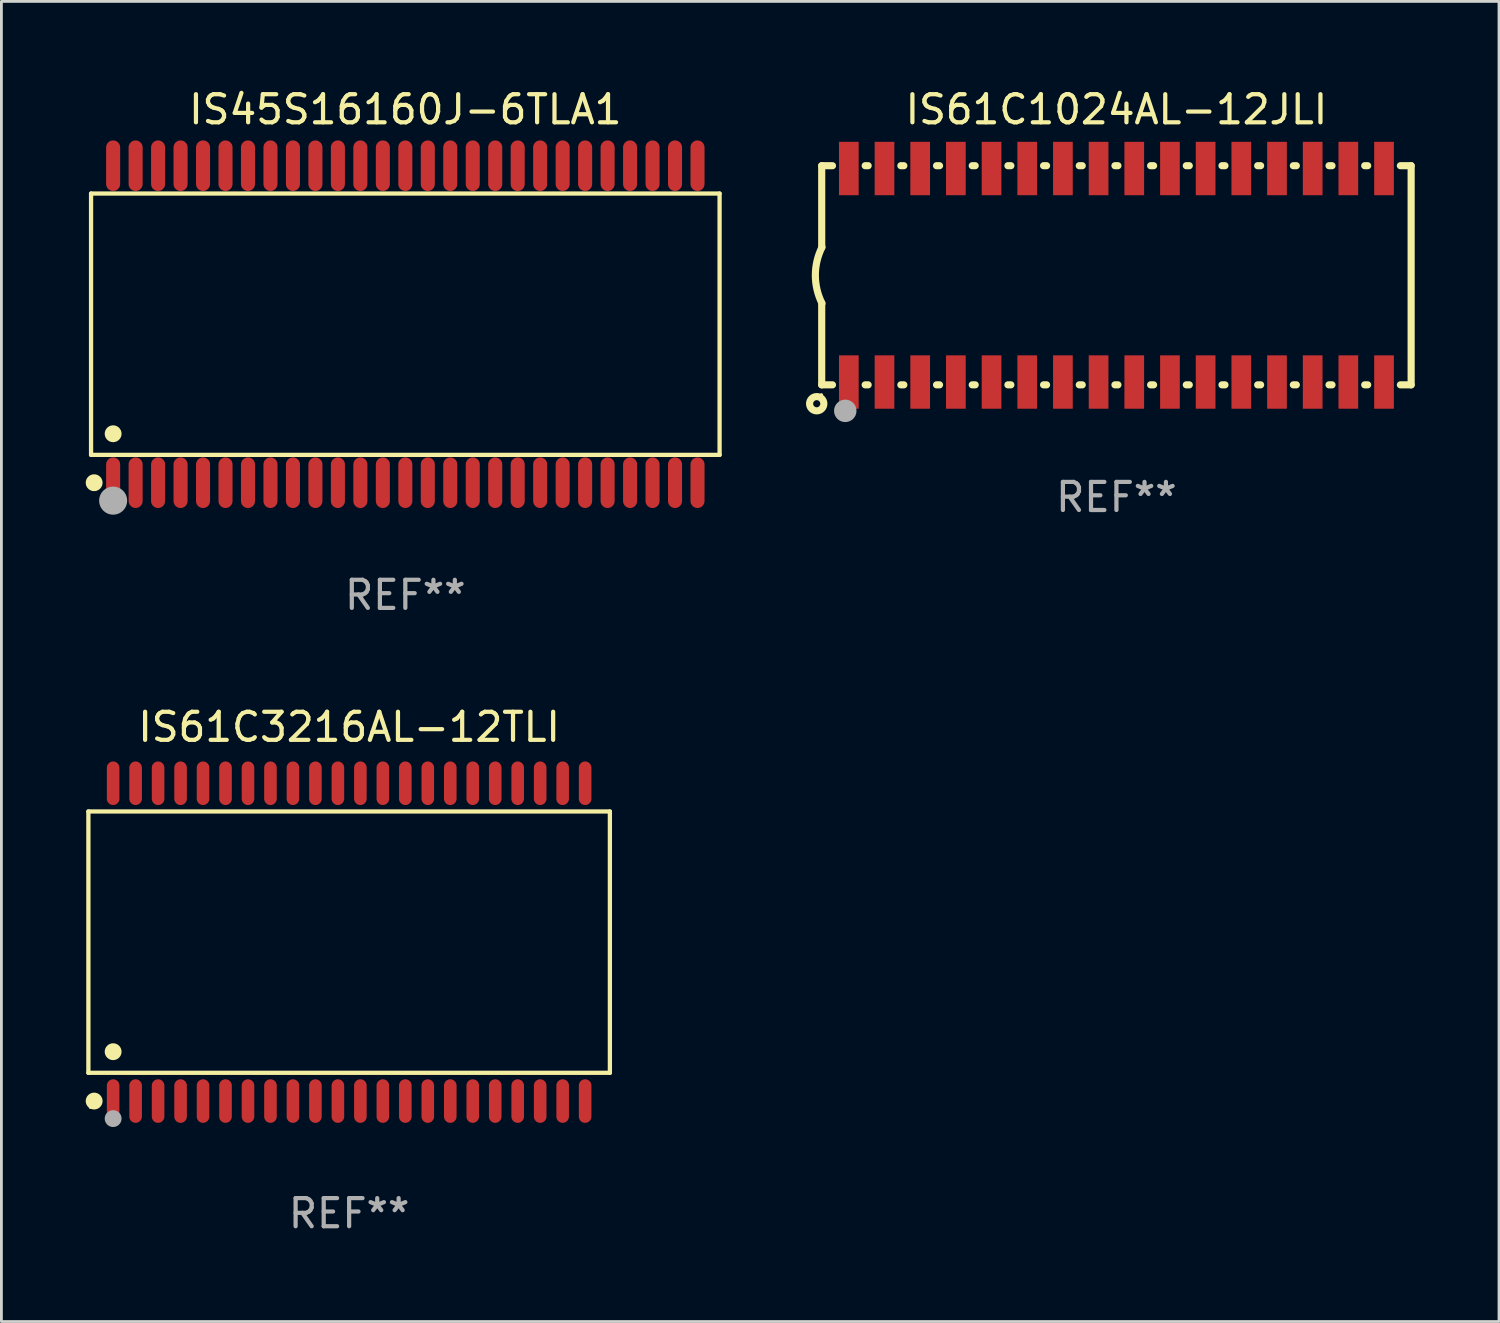
<source format=kicad_pcb>
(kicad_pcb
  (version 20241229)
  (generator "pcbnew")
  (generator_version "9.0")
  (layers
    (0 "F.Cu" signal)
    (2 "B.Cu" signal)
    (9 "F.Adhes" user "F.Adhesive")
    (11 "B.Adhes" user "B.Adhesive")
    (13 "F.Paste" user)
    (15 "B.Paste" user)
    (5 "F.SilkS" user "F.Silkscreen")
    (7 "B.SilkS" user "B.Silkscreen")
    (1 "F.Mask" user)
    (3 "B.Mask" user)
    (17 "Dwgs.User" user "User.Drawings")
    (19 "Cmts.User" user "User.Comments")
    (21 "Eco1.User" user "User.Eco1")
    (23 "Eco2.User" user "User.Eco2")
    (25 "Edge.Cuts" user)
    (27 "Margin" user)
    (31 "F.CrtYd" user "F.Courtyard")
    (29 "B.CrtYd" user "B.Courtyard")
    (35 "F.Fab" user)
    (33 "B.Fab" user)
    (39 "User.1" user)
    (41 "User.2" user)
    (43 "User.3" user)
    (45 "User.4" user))
  (footprint "IS61C3216AL-12TLI"
    (layer "F.Cu")
    (at 9.377 30.485)
    (property "Reference" "IS61C3216AL-12TLI" (at 0 -7.656 0) (layer "F.SilkS") (effects (font (size 1 1) (thickness 0.15))))
    (attr through_hole)
    (fp_line (start -9.281 -4.651) (end 9.281 -4.651) (stroke (width 0.152) (type solid)) (layer "F.SilkS"))
    (fp_line (start -9.281 4.651) (end -9.281 -4.651) (stroke (width 0.152) (type solid)) (layer "F.SilkS"))
    (fp_line (start 9.281 -4.651) (end 9.281 4.651) (stroke (width 0.152) (type solid)) (layer "F.SilkS"))
    (fp_line (start 9.281 4.651) (end -9.281 4.651) (stroke (width 0.152) (type solid)) (layer "F.SilkS"))
    (fp_circle (center -9.205 5.88) (end -9.175 5.88) (stroke (width 0.06) (type solid)) (fill no) (layer "F.SilkS"))
    (fp_circle (center -9.076 5.656) (end -8.926 5.656) (stroke (width 0.3) (type solid)) (fill no) (layer "F.SilkS"))
    (fp_circle (center -8.4 3.899) (end -8.25 3.899) (stroke (width 0.3) (type solid)) (fill no) (layer "F.SilkS"))
    (fp_circle (center -8.4 6.28) (end -8.25 6.28) (stroke (width 0.3) (type solid)) (fill no) (layer "F.Fab"))
    (fp_text user "REF**" (at 0 9.656 0) (layer "F.Fab") (effects (font (size 1 1) (thickness 0.15))))
    (pad "1" smd oval (at -8.4 5.656) (size 0.448 1.551) (layers "F.Cu" "F.Mask" "F.Paste"))
    (pad "2" smd oval (at -7.6 5.656) (size 0.448 1.551) (layers "F.Cu" "F.Mask" "F.Paste"))
    (pad "3" smd oval (at -6.8 5.656) (size 0.448 1.551) (layers "F.Cu" "F.Mask" "F.Paste"))
    (pad "4" smd oval (at -6 5.656) (size 0.448 1.551) (layers "F.Cu" "F.Mask" "F.Paste"))
    (pad "5" smd oval (at -5.2 5.656) (size 0.448 1.551) (layers "F.Cu" "F.Mask" "F.Paste"))
    (pad "6" smd oval (at -4.4 5.656) (size 0.448 1.551) (layers "F.Cu" "F.Mask" "F.Paste"))
    (pad "7" smd oval (at -3.6 5.656) (size 0.448 1.551) (layers "F.Cu" "F.Mask" "F.Paste"))
    (pad "8" smd oval (at -2.8 5.656) (size 0.448 1.551) (layers "F.Cu" "F.Mask" "F.Paste"))
    (pad "9" smd oval (at -2 5.656) (size 0.448 1.551) (layers "F.Cu" "F.Mask" "F.Paste"))
    (pad "10" smd oval (at -1.2 5.656) (size 0.448 1.551) (layers "F.Cu" "F.Mask" "F.Paste"))
    (pad "11" smd oval (at -0.4 5.656) (size 0.448 1.551) (layers "F.Cu" "F.Mask" "F.Paste"))
    (pad "12" smd oval (at 0.4 5.656) (size 0.448 1.551) (layers "F.Cu" "F.Mask" "F.Paste"))
    (pad "13" smd oval (at 1.2 5.656) (size 0.448 1.551) (layers "F.Cu" "F.Mask" "F.Paste"))
    (pad "14" smd oval (at 2 5.656) (size 0.448 1.551) (layers "F.Cu" "F.Mask" "F.Paste"))
    (pad "15" smd oval (at 2.8 5.656) (size 0.448 1.551) (layers "F.Cu" "F.Mask" "F.Paste"))
    (pad "16" smd oval (at 3.6 5.656) (size 0.448 1.551) (layers "F.Cu" "F.Mask" "F.Paste"))
    (pad "17" smd oval (at 4.4 5.656) (size 0.448 1.551) (layers "F.Cu" "F.Mask" "F.Paste"))
    (pad "18" smd oval (at 5.2 5.656) (size 0.448 1.551) (layers "F.Cu" "F.Mask" "F.Paste"))
    (pad "19" smd oval (at 6 5.656) (size 0.448 1.551) (layers "F.Cu" "F.Mask" "F.Paste"))
    (pad "20" smd oval (at 6.8 5.656) (size 0.448 1.551) (layers "F.Cu" "F.Mask" "F.Paste"))
    (pad "21" smd oval (at 7.6 5.656) (size 0.448 1.551) (layers "F.Cu" "F.Mask" "F.Paste"))
    (pad "22" smd oval (at 8.4 5.656) (size 0.448 1.551) (layers "F.Cu" "F.Mask" "F.Paste"))
    (pad "23" smd oval (at 8.4 -5.656) (size 0.448 1.551) (layers "F.Cu" "F.Mask" "F.Paste"))
    (pad "24" smd oval (at 7.6 -5.656) (size 0.448 1.551) (layers "F.Cu" "F.Mask" "F.Paste"))
    (pad "25" smd oval (at 6.8 -5.656) (size 0.448 1.551) (layers "F.Cu" "F.Mask" "F.Paste"))
    (pad "26" smd oval (at 6 -5.656) (size 0.448 1.551) (layers "F.Cu" "F.Mask" "F.Paste"))
    (pad "27" smd oval (at 5.2 -5.656) (size 0.448 1.551) (layers "F.Cu" "F.Mask" "F.Paste"))
    (pad "28" smd oval (at 4.4 -5.656) (size 0.448 1.551) (layers "F.Cu" "F.Mask" "F.Paste"))
    (pad "29" smd oval (at 3.6 -5.656) (size 0.448 1.551) (layers "F.Cu" "F.Mask" "F.Paste"))
    (pad "30" smd oval (at 2.8 -5.656) (size 0.448 1.551) (layers "F.Cu" "F.Mask" "F.Paste"))
    (pad "31" smd oval (at 2 -5.656) (size 0.448 1.551) (layers "F.Cu" "F.Mask" "F.Paste"))
    (pad "32" smd oval (at 1.2 -5.656) (size 0.448 1.551) (layers "F.Cu" "F.Mask" "F.Paste"))
    (pad "33" smd oval (at 0.4 -5.656) (size 0.448 1.551) (layers "F.Cu" "F.Mask" "F.Paste"))
    (pad "34" smd oval (at -0.4 -5.656) (size 0.448 1.551) (layers "F.Cu" "F.Mask" "F.Paste"))
    (pad "35" smd oval (at -1.2 -5.656) (size 0.448 1.551) (layers "F.Cu" "F.Mask" "F.Paste"))
    (pad "36" smd oval (at -2 -5.656) (size 0.448 1.551) (layers "F.Cu" "F.Mask" "F.Paste"))
    (pad "37" smd oval (at -2.8 -5.656) (size 0.448 1.551) (layers "F.Cu" "F.Mask" "F.Paste"))
    (pad "38" smd oval (at -3.6 -5.656) (size 0.448 1.551) (layers "F.Cu" "F.Mask" "F.Paste"))
    (pad "39" smd oval (at -4.4 -5.656) (size 0.448 1.551) (layers "F.Cu" "F.Mask" "F.Paste"))
    (pad "40" smd oval (at -5.2 -5.656) (size 0.448 1.551) (layers "F.Cu" "F.Mask" "F.Paste"))
    (pad "41" smd oval (at -6 -5.656) (size 0.448 1.551) (layers "F.Cu" "F.Mask" "F.Paste"))
    (pad "42" smd oval (at -6.8 -5.656) (size 0.448 1.551) (layers "F.Cu" "F.Mask" "F.Paste"))
    (pad "43" smd oval (at -7.6 -5.656) (size 0.448 1.551) (layers "F.Cu" "F.Mask" "F.Paste"))
    (pad "44" smd oval (at -8.4 -5.656) (size 0.448 1.551) (layers "F.Cu" "F.Mask" "F.Paste")))
  (footprint "IS61C1024AL-12JLI"
    (layer "F.Cu")
    (at 36.688 6.748)
    (property "Reference" "IS61C1024AL-12JLI" (at 0 -5.9 0) (layer "F.SilkS") (effects (font (size 1 1) (thickness 0.15))))
    (attr through_hole)
    (fp_line (start -10.49 -3.9) (end -10.107 -3.9) (stroke (width 0.254) (type solid)) (layer "F.SilkS"))
    (fp_line (start -10.49 -0.991) (end -10.49 -3.9) (stroke (width 0.254) (type solid)) (layer "F.SilkS"))
    (fp_line (start -10.49 3.9) (end -10.49 0.991) (stroke (width 0.254) (type solid)) (layer "F.SilkS"))
    (fp_line (start -10.49 3.9) (end -10.107 3.9) (stroke (width 0.254) (type solid)) (layer "F.SilkS"))
    (fp_line (start -8.943 -3.9) (end -8.837 -3.9) (stroke (width 0.254) (type solid)) (layer "F.SilkS"))
    (fp_line (start -8.943 3.9) (end -8.837 3.9) (stroke (width 0.254) (type solid)) (layer "F.SilkS"))
    (fp_line (start -7.673 -3.9) (end -7.567 -3.9) (stroke (width 0.254) (type solid)) (layer "F.SilkS"))
    (fp_line (start -7.673 3.9) (end -7.567 3.9) (stroke (width 0.254) (type solid)) (layer "F.SilkS"))
    (fp_line (start -6.403 -3.9) (end -6.297 -3.9) (stroke (width 0.254) (type solid)) (layer "F.SilkS"))
    (fp_line (start -6.403 3.9) (end -6.297 3.9) (stroke (width 0.254) (type solid)) (layer "F.SilkS"))
    (fp_line (start -5.133 -3.9) (end -5.027 -3.9) (stroke (width 0.254) (type solid)) (layer "F.SilkS"))
    (fp_line (start -5.133 3.9) (end -5.027 3.9) (stroke (width 0.254) (type solid)) (layer "F.SilkS"))
    (fp_line (start -3.863 -3.9) (end -3.757 -3.9) (stroke (width 0.254) (type solid)) (layer "F.SilkS"))
    (fp_line (start -3.863 3.9) (end -3.757 3.9) (stroke (width 0.254) (type solid)) (layer "F.SilkS"))
    (fp_line (start -2.593 -3.9) (end -2.487 -3.9) (stroke (width 0.254) (type solid)) (layer "F.SilkS"))
    (fp_line (start -2.593 3.9) (end -2.487 3.9) (stroke (width 0.254) (type solid)) (layer "F.SilkS"))
    (fp_line (start -1.323 -3.9) (end -1.217 -3.9) (stroke (width 0.254) (type solid)) (layer "F.SilkS"))
    (fp_line (start -1.323 3.9) (end -1.217 3.9) (stroke (width 0.254) (type solid)) (layer "F.SilkS"))
    (fp_line (start -0.053 -3.9) (end 0.053 -3.9) (stroke (width 0.254) (type solid)) (layer "F.SilkS"))
    (fp_line (start -0.053 3.9) (end 0.053 3.9) (stroke (width 0.254) (type solid)) (layer "F.SilkS"))
    (fp_line (start 1.217 -3.9) (end 1.323 -3.9) (stroke (width 0.254) (type solid)) (layer "F.SilkS"))
    (fp_line (start 1.217 3.9) (end 1.323 3.9) (stroke (width 0.254) (type solid)) (layer "F.SilkS"))
    (fp_line (start 2.487 -3.9) (end 2.593 -3.9) (stroke (width 0.254) (type solid)) (layer "F.SilkS"))
    (fp_line (start 2.487 3.9) (end 2.593 3.9) (stroke (width 0.254) (type solid)) (layer "F.SilkS"))
    (fp_line (start 3.757 -3.9) (end 3.863 -3.9) (stroke (width 0.254) (type solid)) (layer "F.SilkS"))
    (fp_line (start 3.757 3.9) (end 3.863 3.9) (stroke (width 0.254) (type solid)) (layer "F.SilkS"))
    (fp_line (start 5.027 -3.9) (end 5.133 -3.9) (stroke (width 0.254) (type solid)) (layer "F.SilkS"))
    (fp_line (start 5.027 3.9) (end 5.133 3.9) (stroke (width 0.254) (type solid)) (layer "F.SilkS"))
    (fp_line (start 6.297 -3.9) (end 6.403 -3.9) (stroke (width 0.254) (type solid)) (layer "F.SilkS"))
    (fp_line (start 6.297 3.9) (end 6.403 3.9) (stroke (width 0.254) (type solid)) (layer "F.SilkS"))
    (fp_line (start 7.567 -3.9) (end 7.673 -3.9) (stroke (width 0.254) (type solid)) (layer "F.SilkS"))
    (fp_line (start 7.567 3.9) (end 7.673 3.9) (stroke (width 0.254) (type solid)) (layer "F.SilkS"))
    (fp_line (start 8.837 -3.9) (end 8.943 -3.9) (stroke (width 0.254) (type solid)) (layer "F.SilkS"))
    (fp_line (start 8.837 3.9) (end 8.943 3.9) (stroke (width 0.254) (type solid)) (layer "F.SilkS"))
    (fp_line (start 10.107 -3.9) (end 10.49 -3.9) (stroke (width 0.254) (type solid)) (layer "F.SilkS"))
    (fp_line (start 10.107 3.9) (end 10.49 3.9) (stroke (width 0.254) (type solid)) (layer "F.SilkS"))
    (fp_line (start 10.49 -3.9) (end 10.49 3.9) (stroke (width 0.254) (type solid)) (layer "F.SilkS"))
    (fp_arc (start -10.48 1) (mid -10.716068 0) (end -10.48 -1) (stroke (width 0.254001) (type solid)) (layer "F.SilkS"))
    (fp_circle (center -10.668 4.572) (end -10.414 4.572) (stroke (width 0.254) (type solid)) (fill no) (layer "F.SilkS"))
    (fp_circle (center -10.5 4.255) (end -10.47 4.255) (stroke (width 0.06) (type solid)) (fill no) (layer "F.SilkS"))
    (fp_circle (center -9.652 4.826) (end -9.452 4.826) (stroke (width 0.4) (type solid)) (fill no) (layer "F.Fab"))
    (fp_text user "REF**" (at 0 7.9 0) (layer "F.Fab") (effects (font (size 1 1) (thickness 0.15))))
    (pad "1" smd rect (at -9.525 3.8) (size 0.701 1.9) (layers "F.Cu" "F.Mask" "F.Paste"))
    (pad "2" smd rect (at -8.255 3.8) (size 0.701 1.9) (layers "F.Cu" "F.Mask" "F.Paste"))
    (pad "3" smd rect (at -6.985 3.8) (size 0.701 1.9) (layers "F.Cu" "F.Mask" "F.Paste"))
    (pad "4" smd rect (at -5.715 3.8) (size 0.701 1.9) (layers "F.Cu" "F.Mask" "F.Paste"))
    (pad "5" smd rect (at -4.445 3.8) (size 0.701 1.9) (layers "F.Cu" "F.Mask" "F.Paste"))
    (pad "6" smd rect (at -3.175 3.8) (size 0.701 1.9) (layers "F.Cu" "F.Mask" "F.Paste"))
    (pad "7" smd rect (at -1.905 3.8) (size 0.701 1.9) (layers "F.Cu" "F.Mask" "F.Paste"))
    (pad "8" smd rect (at -0.635 3.8) (size 0.701 1.9) (layers "F.Cu" "F.Mask" "F.Paste"))
    (pad "9" smd rect (at 0.635 3.8) (size 0.701 1.9) (layers "F.Cu" "F.Mask" "F.Paste"))
    (pad "10" smd rect (at 1.905 3.8) (size 0.701 1.9) (layers "F.Cu" "F.Mask" "F.Paste"))
    (pad "11" smd rect (at 3.175 3.8) (size 0.701 1.9) (layers "F.Cu" "F.Mask" "F.Paste"))
    (pad "12" smd rect (at 4.445 3.8) (size 0.701 1.9) (layers "F.Cu" "F.Mask" "F.Paste"))
    (pad "13" smd rect (at 5.715 3.8) (size 0.701 1.9) (layers "F.Cu" "F.Mask" "F.Paste"))
    (pad "14" smd rect (at 6.985 3.8) (size 0.701 1.9) (layers "F.Cu" "F.Mask" "F.Paste"))
    (pad "15" smd rect (at 8.255 3.8) (size 0.701 1.9) (layers "F.Cu" "F.Mask" "F.Paste"))
    (pad "16" smd rect (at 9.525 3.8) (size 0.701 1.9) (layers "F.Cu" "F.Mask" "F.Paste"))
    (pad "17" smd rect (at 9.525 -3.8 180) (size 0.701 1.9) (layers "F.Cu" "F.Mask" "F.Paste"))
    (pad "18" smd rect (at 8.255 -3.8 180) (size 0.701 1.9) (layers "F.Cu" "F.Mask" "F.Paste"))
    (pad "19" smd rect (at 6.985 -3.8 180) (size 0.701 1.9) (layers "F.Cu" "F.Mask" "F.Paste"))
    (pad "20" smd rect (at 5.715 -3.8 180) (size 0.701 1.9) (layers "F.Cu" "F.Mask" "F.Paste"))
    (pad "21" smd rect (at 4.445 -3.8 180) (size 0.701 1.9) (layers "F.Cu" "F.Mask" "F.Paste"))
    (pad "22" smd rect (at 3.175 -3.8 180) (size 0.701 1.9) (layers "F.Cu" "F.Mask" "F.Paste"))
    (pad "23" smd rect (at 1.905 -3.8 180) (size 0.701 1.9) (layers "F.Cu" "F.Mask" "F.Paste"))
    (pad "24" smd rect (at 0.635 -3.8 180) (size 0.701 1.9) (layers "F.Cu" "F.Mask" "F.Paste"))
    (pad "25" smd rect (at -0.635 -3.8 180) (size 0.701 1.9) (layers "F.Cu" "F.Mask" "F.Paste"))
    (pad "26" smd rect (at -1.905 -3.8 180) (size 0.701 1.9) (layers "F.Cu" "F.Mask" "F.Paste"))
    (pad "27" smd rect (at -3.175 -3.8 180) (size 0.701 1.9) (layers "F.Cu" "F.Mask" "F.Paste"))
    (pad "28" smd rect (at -4.445 -3.8 180) (size 0.701 1.9) (layers "F.Cu" "F.Mask" "F.Paste"))
    (pad "29" smd rect (at -5.715 -3.8 180) (size 0.701 1.9) (layers "F.Cu" "F.Mask" "F.Paste"))
    (pad "30" smd rect (at -6.985 -3.8 180) (size 0.701 1.9) (layers "F.Cu" "F.Mask" "F.Paste"))
    (pad "31" smd rect (at -8.255 -3.8 180) (size 0.701 1.9) (layers "F.Cu" "F.Mask" "F.Paste"))
    (pad "32" smd rect (at -9.525 -3.8 180) (size 0.701 1.9) (layers "F.Cu" "F.Mask" "F.Paste")))
  (footprint "IS45S16160J-6TLA1"
    (layer "F.Cu")
    (at 11.377 8.49)
    (property "Reference" "IS45S16160J-6TLA1" (at 0 -7.642 0) (layer "F.SilkS") (effects (font (size 1 1) (thickness 0.15))))
    (attr through_hole)
    (fp_line (start -11.186 -4.651) (end 11.186 -4.651) (stroke (width 0.152) (type solid)) (layer "F.SilkS"))
    (fp_line (start -11.186 4.651) (end -11.186 -4.651) (stroke (width 0.152) (type solid)) (layer "F.SilkS"))
    (fp_line (start 11.186 -4.651) (end 11.186 4.651) (stroke (width 0.152) (type solid)) (layer "F.SilkS"))
    (fp_line (start 11.186 4.651) (end -11.186 4.651) (stroke (width 0.152) (type solid)) (layer "F.SilkS"))
    (fp_circle (center -11.11 5.88) (end -11.08 5.88) (stroke (width 0.06) (type solid)) (fill no) (layer "F.SilkS"))
    (fp_circle (center -11.076 5.642) (end -10.926 5.642) (stroke (width 0.3) (type solid)) (fill no) (layer "F.SilkS"))
    (fp_circle (center -10.4 3.899) (end -10.25 3.899) (stroke (width 0.3) (type solid)) (fill no) (layer "F.SilkS"))
    (fp_circle (center -10.4 6.28) (end -10.15 6.28) (stroke (width 0.5) (type solid)) (fill no) (layer "F.Fab"))
    (fp_text user "REF**" (at 0 9.642 0) (layer "F.Fab") (effects (font (size 1 1) (thickness 0.15))))
    (pad "1" smd oval (at -10.4 5.642) (size 0.5 1.8) (layers "F.Cu" "F.Mask" "F.Paste"))
    (pad "2" smd oval (at -9.6 5.642) (size 0.5 1.8) (layers "F.Cu" "F.Mask" "F.Paste"))
    (pad "3" smd oval (at -8.8 5.642) (size 0.5 1.8) (layers "F.Cu" "F.Mask" "F.Paste"))
    (pad "4" smd oval (at -8 5.642) (size 0.5 1.8) (layers "F.Cu" "F.Mask" "F.Paste"))
    (pad "5" smd oval (at -7.2 5.642) (size 0.5 1.8) (layers "F.Cu" "F.Mask" "F.Paste"))
    (pad "6" smd oval (at -6.4 5.642) (size 0.5 1.8) (layers "F.Cu" "F.Mask" "F.Paste"))
    (pad "7" smd oval (at -5.6 5.642) (size 0.5 1.8) (layers "F.Cu" "F.Mask" "F.Paste"))
    (pad "8" smd oval (at -4.8 5.642) (size 0.5 1.8) (layers "F.Cu" "F.Mask" "F.Paste"))
    (pad "9" smd oval (at -4 5.642) (size 0.5 1.8) (layers "F.Cu" "F.Mask" "F.Paste"))
    (pad "10" smd oval (at -3.2 5.642) (size 0.5 1.8) (layers "F.Cu" "F.Mask" "F.Paste"))
    (pad "11" smd oval (at -2.4 5.642) (size 0.5 1.8) (layers "F.Cu" "F.Mask" "F.Paste"))
    (pad "12" smd oval (at -1.6 5.642) (size 0.5 1.8) (layers "F.Cu" "F.Mask" "F.Paste"))
    (pad "13" smd oval (at -0.8 5.642) (size 0.5 1.8) (layers "F.Cu" "F.Mask" "F.Paste"))
    (pad "14" smd oval (at 0 5.642) (size 0.5 1.8) (layers "F.Cu" "F.Mask" "F.Paste"))
    (pad "15" smd oval (at 0.8 5.642) (size 0.5 1.8) (layers "F.Cu" "F.Mask" "F.Paste"))
    (pad "16" smd oval (at 1.6 5.642) (size 0.5 1.8) (layers "F.Cu" "F.Mask" "F.Paste"))
    (pad "17" smd oval (at 2.4 5.642) (size 0.5 1.8) (layers "F.Cu" "F.Mask" "F.Paste"))
    (pad "18" smd oval (at 3.2 5.642) (size 0.5 1.8) (layers "F.Cu" "F.Mask" "F.Paste"))
    (pad "19" smd oval (at 4 5.642) (size 0.5 1.8) (layers "F.Cu" "F.Mask" "F.Paste"))
    (pad "20" smd oval (at 4.8 5.642) (size 0.5 1.8) (layers "F.Cu" "F.Mask" "F.Paste"))
    (pad "21" smd oval (at 5.6 5.642) (size 0.5 1.8) (layers "F.Cu" "F.Mask" "F.Paste"))
    (pad "22" smd oval (at 6.4 5.642) (size 0.5 1.8) (layers "F.Cu" "F.Mask" "F.Paste"))
    (pad "23" smd oval (at 7.2 5.642) (size 0.5 1.8) (layers "F.Cu" "F.Mask" "F.Paste"))
    (pad "24" smd oval (at 8 5.642) (size 0.5 1.8) (layers "F.Cu" "F.Mask" "F.Paste"))
    (pad "25" smd oval (at 8.8 5.642) (size 0.5 1.8) (layers "F.Cu" "F.Mask" "F.Paste"))
    (pad "26" smd oval (at 9.6 5.642) (size 0.5 1.8) (layers "F.Cu" "F.Mask" "F.Paste"))
    (pad "27" smd oval (at 10.4 5.642) (size 0.5 1.8) (layers "F.Cu" "F.Mask" "F.Paste"))
    (pad "28" smd oval (at 10.4 -5.642) (size 0.5 1.8) (layers "F.Cu" "F.Mask" "F.Paste"))
    (pad "29" smd oval (at 9.6 -5.642) (size 0.5 1.8) (layers "F.Cu" "F.Mask" "F.Paste"))
    (pad "30" smd oval (at 8.8 -5.642) (size 0.5 1.8) (layers "F.Cu" "F.Mask" "F.Paste"))
    (pad "31" smd oval (at 8 -5.642) (size 0.5 1.8) (layers "F.Cu" "F.Mask" "F.Paste"))
    (pad "32" smd oval (at 7.2 -5.642) (size 0.5 1.8) (layers "F.Cu" "F.Mask" "F.Paste"))
    (pad "33" smd oval (at 6.4 -5.642) (size 0.5 1.8) (layers "F.Cu" "F.Mask" "F.Paste"))
    (pad "34" smd oval (at 5.6 -5.642) (size 0.5 1.8) (layers "F.Cu" "F.Mask" "F.Paste"))
    (pad "35" smd oval (at 4.8 -5.642) (size 0.5 1.8) (layers "F.Cu" "F.Mask" "F.Paste"))
    (pad "36" smd oval (at 4 -5.642) (size 0.5 1.8) (layers "F.Cu" "F.Mask" "F.Paste"))
    (pad "37" smd oval (at 3.2 -5.642) (size 0.5 1.8) (layers "F.Cu" "F.Mask" "F.Paste"))
    (pad "38" smd oval (at 2.4 -5.642) (size 0.5 1.8) (layers "F.Cu" "F.Mask" "F.Paste"))
    (pad "39" smd oval (at 1.6 -5.642) (size 0.5 1.8) (layers "F.Cu" "F.Mask" "F.Paste"))
    (pad "40" smd oval (at 0.8 -5.642) (size 0.5 1.8) (layers "F.Cu" "F.Mask" "F.Paste"))
    (pad "41" smd oval (at 0 -5.642) (size 0.5 1.8) (layers "F.Cu" "F.Mask" "F.Paste"))
    (pad "42" smd oval (at -0.8 -5.642) (size 0.5 1.8) (layers "F.Cu" "F.Mask" "F.Paste"))
    (pad "43" smd oval (at -1.6 -5.642) (size 0.5 1.8) (layers "F.Cu" "F.Mask" "F.Paste"))
    (pad "44" smd oval (at -2.4 -5.642) (size 0.5 1.8) (layers "F.Cu" "F.Mask" "F.Paste"))
    (pad "45" smd oval (at -3.2 -5.642) (size 0.5 1.8) (layers "F.Cu" "F.Mask" "F.Paste"))
    (pad "46" smd oval (at -4 -5.642) (size 0.5 1.8) (layers "F.Cu" "F.Mask" "F.Paste"))
    (pad "47" smd oval (at -4.8 -5.642) (size 0.5 1.8) (layers "F.Cu" "F.Mask" "F.Paste"))
    (pad "48" smd oval (at -5.6 -5.642) (size 0.5 1.8) (layers "F.Cu" "F.Mask" "F.Paste"))
    (pad "49" smd oval (at -6.4 -5.642) (size 0.5 1.8) (layers "F.Cu" "F.Mask" "F.Paste"))
    (pad "50" smd oval (at -7.2 -5.642) (size 0.5 1.8) (layers "F.Cu" "F.Mask" "F.Paste"))
    (pad "51" smd oval (at -8 -5.642) (size 0.5 1.8) (layers "F.Cu" "F.Mask" "F.Paste"))
    (pad "52" smd oval (at -8.8 -5.642) (size 0.5 1.8) (layers "F.Cu" "F.Mask" "F.Paste"))
    (pad "53" smd oval (at -9.6 -5.642) (size 0.5 1.8) (layers "F.Cu" "F.Mask" "F.Paste"))
    (pad "54" smd oval (at -10.4 -5.642) (size 0.5 1.8) (layers "F.Cu" "F.Mask" "F.Paste")))
  (gr_rect
    (start -3 -3)
    (end 50.305 43.988)
    (stroke (width 0.1) (type default))
    (fill no)
    (layer "Edge.Cuts")))
</source>
